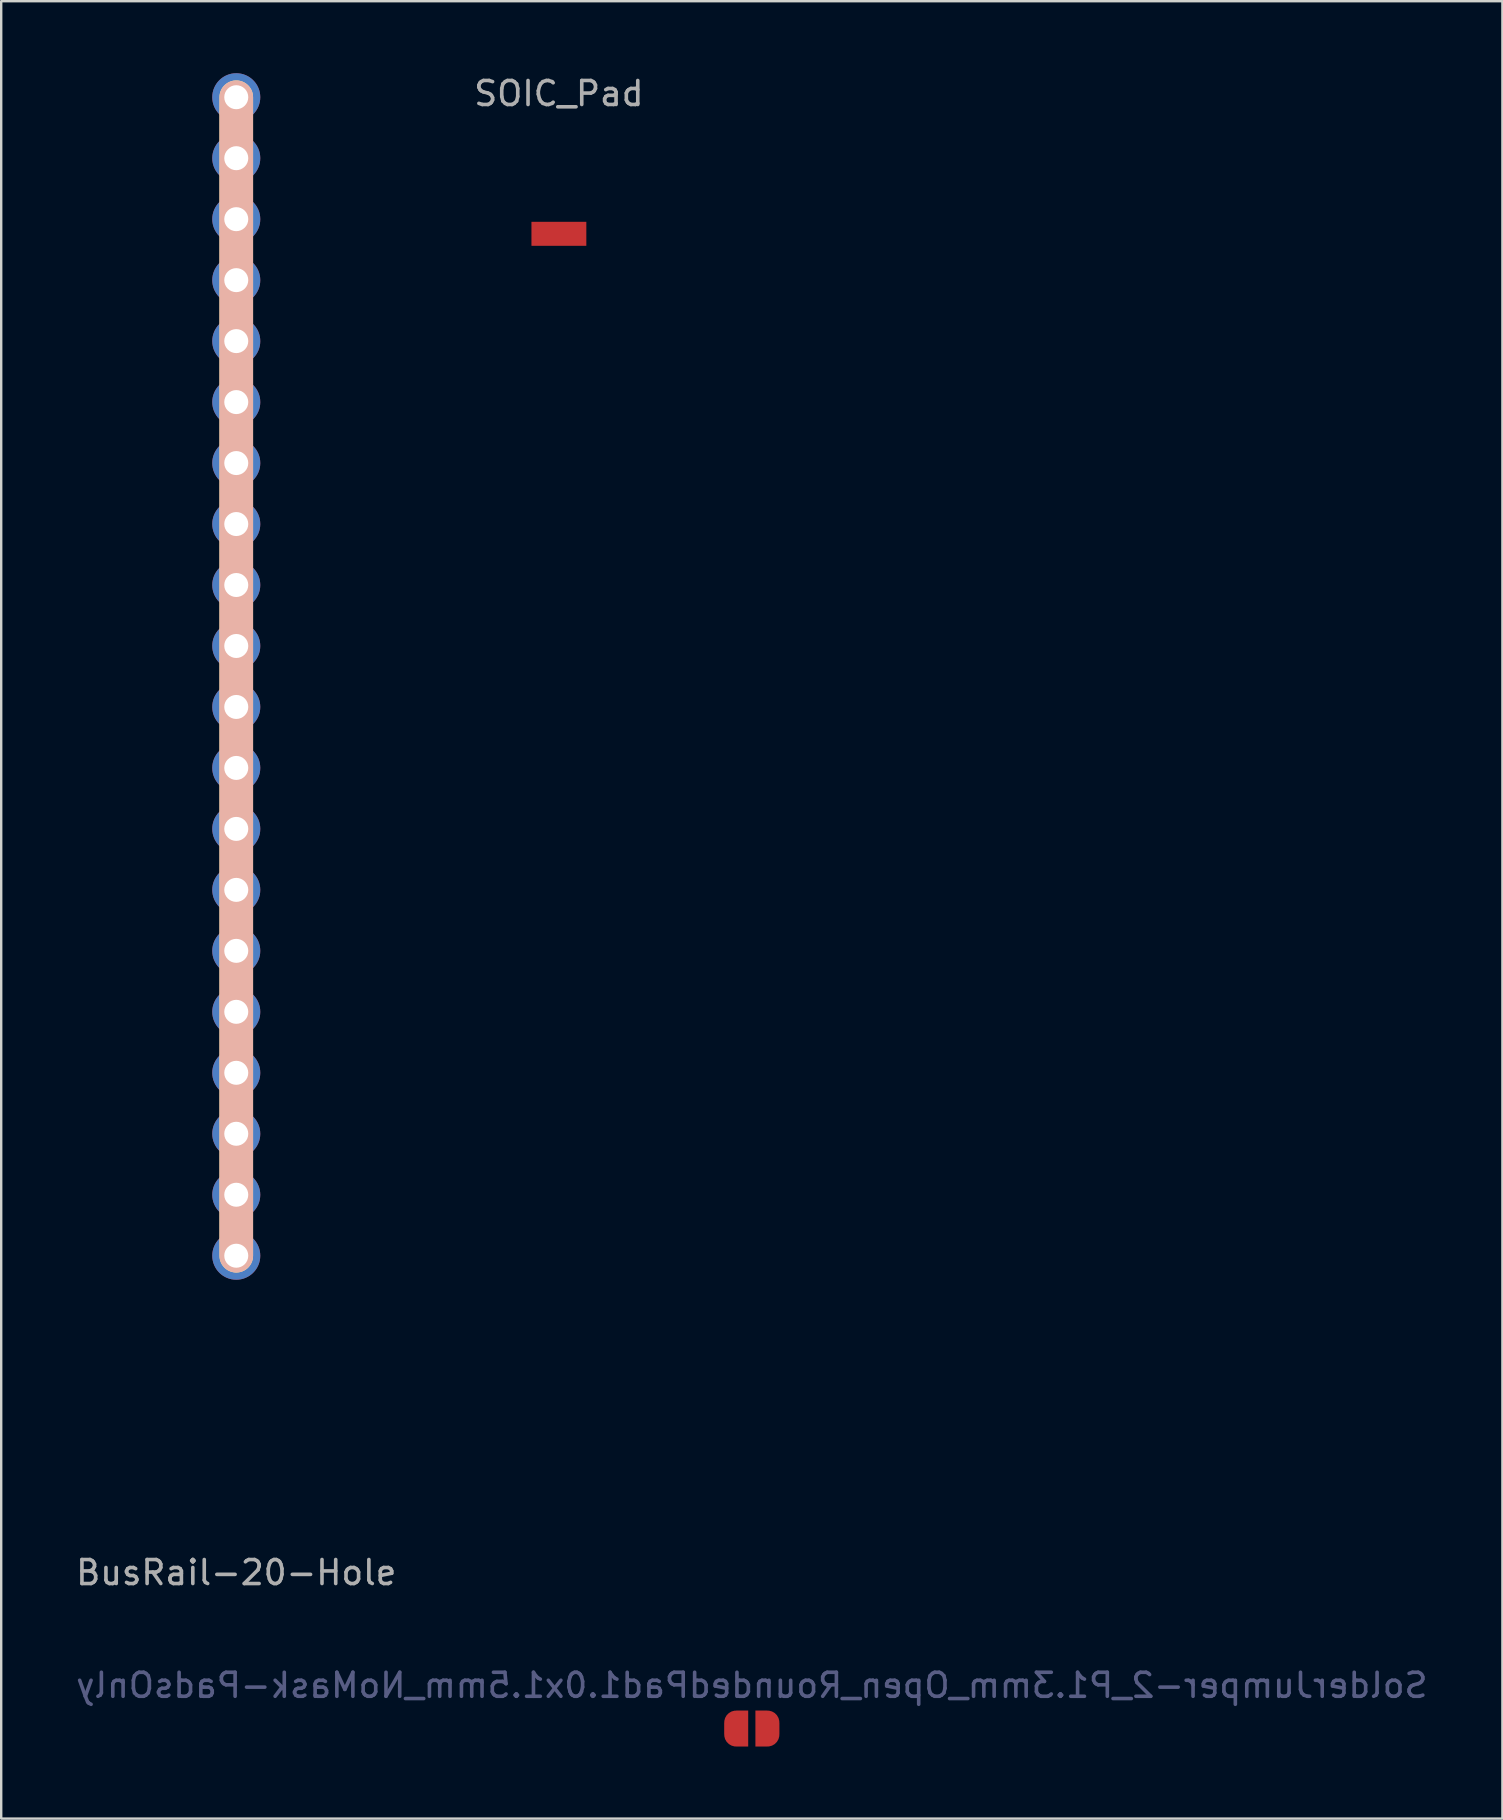
<source format=kicad_pcb>
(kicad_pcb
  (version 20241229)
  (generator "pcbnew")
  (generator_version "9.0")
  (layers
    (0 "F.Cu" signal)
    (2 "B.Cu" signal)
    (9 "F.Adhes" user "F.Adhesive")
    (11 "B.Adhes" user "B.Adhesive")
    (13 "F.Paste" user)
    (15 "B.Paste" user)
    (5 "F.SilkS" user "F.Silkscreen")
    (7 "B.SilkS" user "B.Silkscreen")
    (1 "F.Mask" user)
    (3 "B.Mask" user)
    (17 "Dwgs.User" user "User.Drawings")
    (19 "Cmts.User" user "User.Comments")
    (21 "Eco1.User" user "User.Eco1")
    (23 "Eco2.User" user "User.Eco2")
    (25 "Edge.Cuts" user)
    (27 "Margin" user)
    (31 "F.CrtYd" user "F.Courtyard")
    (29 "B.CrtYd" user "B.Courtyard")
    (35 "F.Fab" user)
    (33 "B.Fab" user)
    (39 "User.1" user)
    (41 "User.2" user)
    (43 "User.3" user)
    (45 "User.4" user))
  (footprint "SOIC_Pad"
    (layer "F.Cu")
    (at 20.232 6.69)
    (property "Reference" "SOIC_Pad" (at 0 -5.842 0) (layer "F.Fab") (effects (font (size 1 1) (thickness 0.15))))
    (attr through_hole)
    (pad "1" smd rect (at 0 0) (size 2.286 1) (layers "F.Cu" "F.Mask" "F.Paste")))
  (footprint "SolderJumper-2_P1.3mm_Open_RoundedPad1.0x1.5mm_NoMask-PadsOnly"
    (layer "F.Cu")
    (at 28.268 68.957)
    (property "Reference" "SolderJumper-2_P1.3mm_Open_RoundedPad1.0x1.5mm_NoMask-PadsOnly" (at 0 -1.8 0) (layer "B.Fab") (effects (font (size 1 1) (thickness 0.15)) (justify mirror)))
    (attr exclude_from_pos_files exclude_from_bom)
    (fp_poly (pts (xy 0.508 0.699) (xy -0.508 0.699) (xy -0.508 -0.699) (xy 0.508 -0.699)) (stroke (width 0.1) (type solid)) (fill yes) (layer "F.Mask"))
    (pad "1" smd custom (at -0.65 0) (size 1 0.5) (layers "F.Cu" "F.Mask") (options (anchor rect)) (primitives (gr_circle (center 0 0.25) (end 0.5 0.25) (width 0) (fill yes)) (gr_circle (center 0 -0.25) (end 0.5 -0.25) (width 0) (fill yes)) (gr_poly (pts (xy 0 -0.75) (xy 0.5 -0.75) (xy 0.5 0.75) (xy 0 0.75)) (width 0) (fill yes))))
    (pad "2" smd custom (at 0.65 0) (size 1 0.5) (layers "F.Cu" "F.Mask") (options (anchor rect)) (primitives (gr_circle (center 0 0.25) (end 0.5 0.25) (width 0) (fill yes)) (gr_circle (center 0 -0.25) (end 0.5 -0.25) (width 0) (fill yes)) (gr_poly (pts (xy 0 -0.75) (xy -0.5 -0.75) (xy -0.5 0.75) (xy 0 0.75)) (width 0) (fill yes)))))
  (footprint "BusRail-20-Hole"
    (layer "F.Cu")
    (at 6.792 1)
    (property "Reference" "BusRail-20-Hole" (at 0 61.46 0) (layer "F.Fab") (effects (font (size 1 1) (thickness 0.15))))
    (attr through_hole)
    (fp_line (start 0 0) (end 0 48.26) (stroke (width 1.4) (type solid)) (layer "F.SilkS"))
    (fp_line (start 0 0) (end 0 48.26) (stroke (width 1.4) (type solid)) (layer "B.SilkS"))
    (pad "1" thru_hole circle (at 0 0) (size 2 2) (drill 1) (layers "*.Cu" "*.Mask"))
    (pad "1" thru_hole circle (at 0 2.54) (size 2 2) (drill 1) (layers "*.Cu" "*.Mask"))
    (pad "1" thru_hole circle (at 0 5.08) (size 2 2) (drill 1) (layers "*.Cu" "*.Mask"))
    (pad "1" thru_hole circle (at 0 7.62) (size 2 2) (drill 1) (layers "*.Cu" "*.Mask"))
    (pad "1" thru_hole circle (at 0 10.16) (size 2 2) (drill 1) (layers "*.Cu" "*.Mask"))
    (pad "1" thru_hole circle (at 0 12.7) (size 2 2) (drill 1) (layers "*.Cu" "*.Mask"))
    (pad "1" thru_hole circle (at 0 15.24) (size 2 2) (drill 1) (layers "*.Cu" "*.Mask"))
    (pad "1" thru_hole circle (at 0 17.78) (size 2 2) (drill 1) (layers "*.Cu" "*.Mask"))
    (pad "1" thru_hole circle (at 0 20.32) (size 2 2) (drill 1) (layers "*.Cu" "*.Mask"))
    (pad "1" thru_hole circle (at 0 22.86) (size 2 2) (drill 1) (layers "*.Cu" "*.Mask"))
    (pad "1" thru_hole circle (at 0 25.4) (size 2 2) (drill 1) (layers "*.Cu" "*.Mask"))
    (pad "1" thru_hole circle (at 0 27.94) (size 2 2) (drill 1) (layers "*.Cu" "*.Mask"))
    (pad "1" thru_hole circle (at 0 30.48) (size 2 2) (drill 1) (layers "*.Cu" "*.Mask"))
    (pad "1" thru_hole circle (at 0 33.02) (size 2 2) (drill 1) (layers "*.Cu" "*.Mask"))
    (pad "1" thru_hole circle (at 0 35.56) (size 2 2) (drill 1) (layers "*.Cu" "*.Mask"))
    (pad "1" thru_hole circle (at 0 38.1) (size 2 2) (drill 1) (layers "*.Cu" "*.Mask"))
    (pad "1" thru_hole circle (at 0 40.64) (size 2 2) (drill 1) (layers "*.Cu" "*.Mask"))
    (pad "1" thru_hole circle (at 0 43.18) (size 2 2) (drill 1) (layers "*.Cu" "*.Mask"))
    (pad "1" thru_hole circle (at 0 45.72) (size 2 2) (drill 1) (layers "*.Cu" "*.Mask"))
    (pad "1" thru_hole circle (at 0 48.26) (size 2 2) (drill 1) (layers "*.Cu" "*.Mask"))
    (pad "2" smd rect (at 0 24.13) (size 1 48.26) (layers "B.Cu")))
  (gr_rect
    (start -3 -3)
    (end 59.536 72.707)
    (stroke (width 0.1) (type default))
    (fill no)
    (layer "Edge.Cuts")))
</source>
